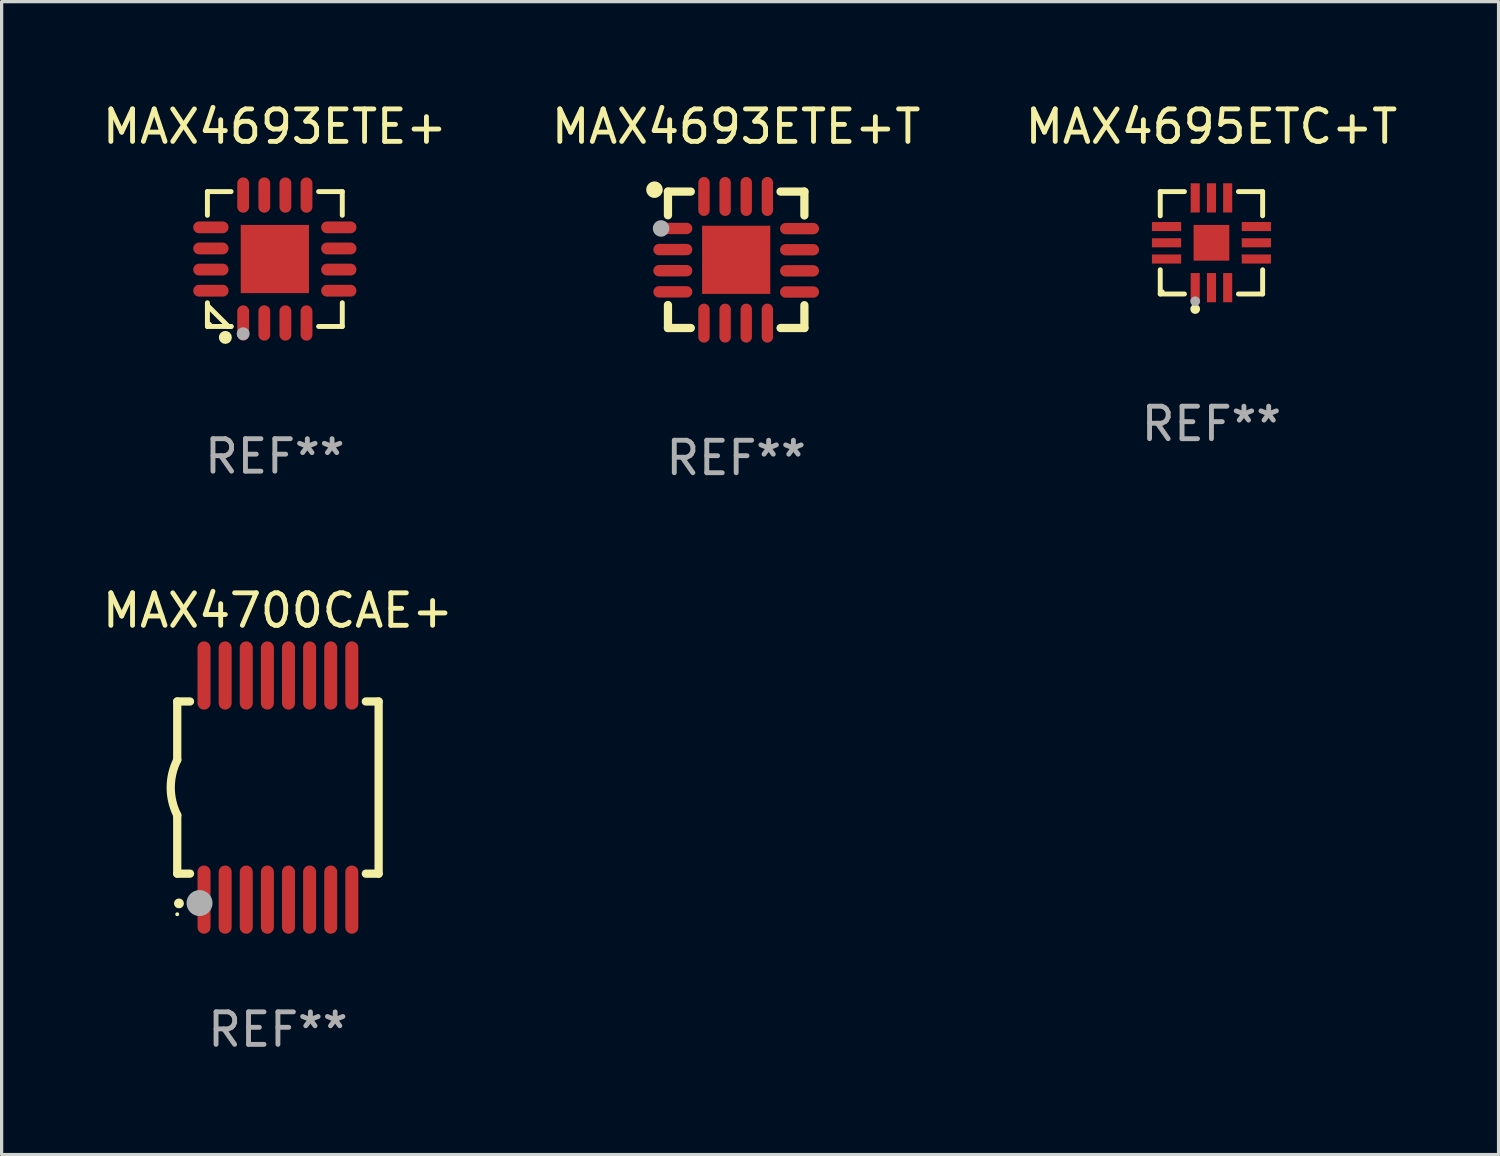
<source format=kicad_pcb>
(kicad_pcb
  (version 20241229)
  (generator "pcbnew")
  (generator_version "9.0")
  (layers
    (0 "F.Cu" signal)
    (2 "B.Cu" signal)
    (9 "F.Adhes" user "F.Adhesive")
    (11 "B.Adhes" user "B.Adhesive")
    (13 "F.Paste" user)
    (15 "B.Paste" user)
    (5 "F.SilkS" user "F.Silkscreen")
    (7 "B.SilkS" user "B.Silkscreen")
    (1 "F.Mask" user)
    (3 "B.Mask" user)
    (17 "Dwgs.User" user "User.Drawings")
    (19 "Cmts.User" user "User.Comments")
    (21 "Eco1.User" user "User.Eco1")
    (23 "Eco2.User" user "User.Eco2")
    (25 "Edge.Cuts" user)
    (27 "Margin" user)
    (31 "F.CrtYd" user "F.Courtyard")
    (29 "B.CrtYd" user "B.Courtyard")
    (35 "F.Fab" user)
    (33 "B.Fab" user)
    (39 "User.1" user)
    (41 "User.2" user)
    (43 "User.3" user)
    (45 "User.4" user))
  (footprint "MAX4693ETE+T"
    (layer "F.Cu")
    (at 19.613 4.948)
    (property "Reference" "MAX4693ETE+T" (at 0 -4.1 0) (layer "F.SilkS") (effects (font (size 1 1) (thickness 0.15))))
    (attr through_hole)
    (fp_line (start -2.1 -2.1) (end -2.1 -1.371) (stroke (width 0.254) (type solid)) (layer "F.SilkS"))
    (fp_line (start -2.1 -2.1) (end -1.397 -2.1) (stroke (width 0.254) (type solid)) (layer "F.SilkS"))
    (fp_line (start -2.1 1.392) (end -2.1 2.1) (stroke (width 0.254) (type solid)) (layer "F.SilkS"))
    (fp_line (start -2.1 2.1) (end -1.397 2.1) (stroke (width 0.254) (type solid)) (layer "F.SilkS"))
    (fp_line (start 1.366 -2.1) (end 2.1 -2.1) (stroke (width 0.254) (type solid)) (layer "F.SilkS"))
    (fp_line (start 1.366 2.1) (end 2.1 2.1) (stroke (width 0.254) (type solid)) (layer "F.SilkS"))
    (fp_line (start 2.1 -2.1) (end 2.1 -1.366) (stroke (width 0.254) (type solid)) (layer "F.SilkS"))
    (fp_line (start 2.1 1.397) (end 2.1 2.1) (stroke (width 0.254) (type solid)) (layer "F.SilkS"))
    (fp_circle (center -2.515 -2.159) (end -2.388 -2.159) (stroke (width 0.254) (type solid)) (fill no) (layer "F.SilkS"))
    (fp_circle (center -2.045 -1.97) (end -2.015 -1.97) (stroke (width 0.06) (type solid)) (fill no) (layer "F.SilkS"))
    (fp_circle (center -2.312 -0.965) (end -2.185 -0.965) (stroke (width 0.254) (type solid)) (fill no) (layer "F.Fab"))
    (fp_text user "REF**" (at 0 6.1 0) (layer "F.Fab") (effects (font (size 1 1) (thickness 0.15))))
    (pad "1" smd oval (at -1.95 -0.965 270) (size 0.35 1.2) (layers "F.Cu" "F.Mask" "F.Paste"))
    (pad "2" smd oval (at -1.95 -0.315 270) (size 0.35 1.2) (layers "F.Cu" "F.Mask" "F.Paste"))
    (pad "3" smd oval (at -1.95 0.335 270) (size 0.35 1.2) (layers "F.Cu" "F.Mask" "F.Paste"))
    (pad "4" smd oval (at -1.95 0.986 270) (size 0.35 1.2) (layers "F.Cu" "F.Mask" "F.Paste"))
    (pad "5" smd oval (at -0.991 1.95) (size 0.35 1.2) (layers "F.Cu" "F.Mask" "F.Paste"))
    (pad "6" smd oval (at -0.34 1.95) (size 0.35 1.2) (layers "F.Cu" "F.Mask" "F.Paste"))
    (pad "7" smd oval (at 0.31 1.95) (size 0.35 1.2) (layers "F.Cu" "F.Mask" "F.Paste"))
    (pad "8" smd oval (at 0.96 1.95) (size 0.35 1.2) (layers "F.Cu" "F.Mask" "F.Paste"))
    (pad "9" smd oval (at 1.95 0.991 270) (size 0.35 1.2) (layers "F.Cu" "F.Mask" "F.Paste"))
    (pad "10" smd oval (at 1.95 0.34 270) (size 0.35 1.2) (layers "F.Cu" "F.Mask" "F.Paste"))
    (pad "11" smd oval (at 1.95 -0.31 270) (size 0.35 1.2) (layers "F.Cu" "F.Mask" "F.Paste"))
    (pad "12" smd oval (at 1.95 -0.96 270) (size 0.35 1.2) (layers "F.Cu" "F.Mask" "F.Paste"))
    (pad "13" smd oval (at 0.96 -1.95) (size 0.35 1.2) (layers "F.Cu" "F.Mask" "F.Paste"))
    (pad "14" smd oval (at 0.31 -1.95) (size 0.35 1.2) (layers "F.Cu" "F.Mask" "F.Paste"))
    (pad "15" smd oval (at -0.34 -1.95) (size 0.35 1.2) (layers "F.Cu" "F.Mask" "F.Paste"))
    (pad "16" smd oval (at -0.991 -1.95) (size 0.35 1.2) (layers "F.Cu" "F.Mask" "F.Paste"))
    (pad "17" smd rect (at 0 0) (size 2.1 2.1) (layers "F.Cu" "F.Mask" "F.Paste")))
  (footprint "MAX4693ETE+"
    (layer "F.Cu")
    (at 5.411 4.924)
    (property "Reference" "MAX4693ETE+" (at 0 -4.076 0) (layer "F.SilkS") (effects (font (size 1 1) (thickness 0.15))))
    (attr through_hole)
    (fp_line (start -2.076 -2.076) (end -1.347 -2.076) (stroke (width 0.152) (type solid)) (layer "F.SilkS"))
    (fp_line (start -2.076 -1.347) (end -2.076 -2.076) (stroke (width 0.152) (type solid)) (layer "F.SilkS"))
    (fp_line (start -2.076 1.347) (end -2.076 2.076) (stroke (width 0.152) (type solid)) (layer "F.SilkS"))
    (fp_line (start -2.076 2.076) (end -1.347 2.076) (stroke (width 0.152) (type solid)) (layer "F.SilkS"))
    (fp_line (start -1.429 2.076) (end -2.076 1.429) (stroke (width 0.152) (type solid)) (layer "F.SilkS"))
    (fp_line (start -1.347 2.076) (end -1.429 2.076) (stroke (width 0.152) (type solid)) (layer "F.SilkS"))
    (fp_line (start 2.076 -2.076) (end 1.347 -2.076) (stroke (width 0.152) (type solid)) (layer "F.SilkS"))
    (fp_line (start 2.076 -1.347) (end 2.076 -2.076) (stroke (width 0.152) (type solid)) (layer "F.SilkS"))
    (fp_line (start 2.076 1.347) (end 2.076 2.076) (stroke (width 0.152) (type solid)) (layer "F.SilkS"))
    (fp_line (start 2.076 2.076) (end 1.347 2.076) (stroke (width 0.152) (type solid)) (layer "F.SilkS"))
    (fp_circle (center -2 2) (end -1.97 2) (stroke (width 0.06) (type solid)) (fill no) (layer "F.SilkS"))
    (fp_circle (center -1.524 2.413) (end -1.424 2.413) (stroke (width 0.2) (type solid)) (fill no) (layer "F.SilkS"))
    (fp_circle (center -0.975 2.3) (end -0.875 2.3) (stroke (width 0.2) (type solid)) (fill no) (layer "F.Fab"))
    (fp_text user "REF**" (at 0 6.076 0) (layer "F.Fab") (effects (font (size 1 1) (thickness 0.15))))
    (pad "1" smd oval (at -0.975 1.969) (size 0.364 1.087) (layers "F.Cu" "F.Mask" "F.Paste"))
    (pad "2" smd oval (at -0.325 1.969) (size 0.364 1.087) (layers "F.Cu" "F.Mask" "F.Paste"))
    (pad "3" smd oval (at 0.325 1.969) (size 0.364 1.087) (layers "F.Cu" "F.Mask" "F.Paste"))
    (pad "4" smd oval (at 0.975 1.969) (size 0.364 1.087) (layers "F.Cu" "F.Mask" "F.Paste"))
    (pad "5" smd oval (at 1.969 0.975) (size 1.087 0.364) (layers "F.Cu" "F.Mask" "F.Paste"))
    (pad "6" smd oval (at 1.969 0.325) (size 1.087 0.364) (layers "F.Cu" "F.Mask" "F.Paste"))
    (pad "7" smd oval (at 1.969 -0.325) (size 1.087 0.364) (layers "F.Cu" "F.Mask" "F.Paste"))
    (pad "8" smd oval (at 1.969 -0.975) (size 1.087 0.364) (layers "F.Cu" "F.Mask" "F.Paste"))
    (pad "9" smd oval (at 0.975 -1.969) (size 0.364 1.087) (layers "F.Cu" "F.Mask" "F.Paste"))
    (pad "10" smd oval (at 0.325 -1.969) (size 0.364 1.087) (layers "F.Cu" "F.Mask" "F.Paste"))
    (pad "11" smd oval (at -0.325 -1.969) (size 0.364 1.087) (layers "F.Cu" "F.Mask" "F.Paste"))
    (pad "12" smd oval (at -0.975 -1.969) (size 0.364 1.087) (layers "F.Cu" "F.Mask" "F.Paste"))
    (pad "13" smd oval (at -1.969 -0.975) (size 1.087 0.364) (layers "F.Cu" "F.Mask" "F.Paste"))
    (pad "14" smd oval (at -1.969 -0.325) (size 1.087 0.364) (layers "F.Cu" "F.Mask" "F.Paste"))
    (pad "15" smd oval (at -1.969 0.325) (size 1.087 0.364) (layers "F.Cu" "F.Mask" "F.Paste"))
    (pad "16" smd oval (at -1.969 0.975) (size 1.087 0.364) (layers "F.Cu" "F.Mask" "F.Paste"))
    (pad "17" smd rect (at 0 0) (size 2.1 2.1) (layers "F.Cu" "F.Mask" "F.Paste")))
  (footprint "MAX4695ETC+T"
    (layer "F.Cu")
    (at 34.244 4.424)
    (property "Reference" "MAX4695ETC+T" (at 0 -3.576 0) (layer "F.SilkS") (effects (font (size 1 1) (thickness 0.15))))
    (attr through_hole)
    (fp_line (start -1.576 -1.576) (end -0.831 -1.576) (stroke (width 0.152) (type solid)) (layer "F.SilkS"))
    (fp_line (start -1.576 -0.831) (end -1.576 -1.576) (stroke (width 0.152) (type solid)) (layer "F.SilkS"))
    (fp_line (start -1.576 0.831) (end -1.576 1.576) (stroke (width 0.152) (type solid)) (layer "F.SilkS"))
    (fp_line (start -1.576 1.576) (end -0.831 1.576) (stroke (width 0.152) (type solid)) (layer "F.SilkS"))
    (fp_line (start 1.576 -1.576) (end 0.831 -1.576) (stroke (width 0.152) (type solid)) (layer "F.SilkS"))
    (fp_line (start 1.576 -0.831) (end 1.576 -1.576) (stroke (width 0.152) (type solid)) (layer "F.SilkS"))
    (fp_line (start 1.576 0.831) (end 1.576 1.576) (stroke (width 0.152) (type solid)) (layer "F.SilkS"))
    (fp_line (start 1.576 1.576) (end 0.831 1.576) (stroke (width 0.152) (type solid)) (layer "F.SilkS"))
    (fp_circle (center -1.5 1.5) (end -1.47 1.5) (stroke (width 0.06) (type solid)) (fill no) (layer "F.SilkS"))
    (fp_circle (center -0.5 2.04) (end -0.425 2.04) (stroke (width 0.15) (type solid)) (fill no) (layer "F.SilkS"))
    (fp_circle (center -0.5 1.8) (end -0.425 1.8) (stroke (width 0.15) (type solid)) (fill no) (layer "F.Fab"))
    (fp_text user "REF**" (at 0 5.576 0) (layer "F.Fab") (effects (font (size 1 1) (thickness 0.15))))
    (pad "1" smd rect (at -0.5 1.382) (size 0.28 0.9) (layers "F.Cu" "F.Mask" "F.Paste"))
    (pad "2" smd rect (at 0 1.382) (size 0.28 0.9) (layers "F.Cu" "F.Mask" "F.Paste"))
    (pad "3" smd rect (at 0.5 1.382) (size 0.28 0.9) (layers "F.Cu" "F.Mask" "F.Paste"))
    (pad "4" smd rect (at 1.382 0.5) (size 0.9 0.28) (layers "F.Cu" "F.Mask" "F.Paste"))
    (pad "5" smd rect (at 1.382 0) (size 0.9 0.28) (layers "F.Cu" "F.Mask" "F.Paste"))
    (pad "6" smd rect (at 1.382 -0.5) (size 0.9 0.28) (layers "F.Cu" "F.Mask" "F.Paste"))
    (pad "7" smd rect (at 0.5 -1.382) (size 0.28 0.9) (layers "F.Cu" "F.Mask" "F.Paste"))
    (pad "8" smd rect (at 0 -1.382) (size 0.28 0.9) (layers "F.Cu" "F.Mask" "F.Paste"))
    (pad "9" smd rect (at -0.5 -1.382) (size 0.28 0.9) (layers "F.Cu" "F.Mask" "F.Paste"))
    (pad "10" smd rect (at -1.382 -0.5) (size 0.9 0.28) (layers "F.Cu" "F.Mask" "F.Paste"))
    (pad "11" smd rect (at -1.382 0) (size 0.9 0.28) (layers "F.Cu" "F.Mask" "F.Paste"))
    (pad "12" smd rect (at -1.382 0.5) (size 0.9 0.28) (layers "F.Cu" "F.Mask" "F.Paste"))
    (pad "13" smd rect (at 0 0) (size 1.1 1.1) (layers "F.Cu" "F.Mask" "F.Paste")))
  (footprint "MAX4700CAE+"
    (layer "F.Cu")
    (at 5.506 21.195)
    (property "Reference" "MAX4700CAE+" (at 0 -5.45 0) (layer "F.SilkS") (effects (font (size 1 1) (thickness 0.15))))
    (attr through_hole)
    (fp_line (start -3.1 -2.65) (end -3.1 -0.85) (stroke (width 0.254) (type solid)) (layer "F.SilkS"))
    (fp_line (start -3.1 -2.65) (end -2.706 -2.65) (stroke (width 0.254) (type solid)) (layer "F.SilkS"))
    (fp_line (start -3.1 2.65) (end -3.1 0.85) (stroke (width 0.254) (type solid)) (layer "F.SilkS"))
    (fp_line (start -3.1 2.65) (end -2.706 2.65) (stroke (width 0.254) (type solid)) (layer "F.SilkS"))
    (fp_line (start 2.706 -2.65) (end 3.1 -2.65) (stroke (width 0.254) (type solid)) (layer "F.SilkS"))
    (fp_line (start 2.706 2.65) (end 3.1 2.65) (stroke (width 0.254) (type solid)) (layer "F.SilkS"))
    (fp_line (start 3.1 -2.65) (end 3.1 2.65) (stroke (width 0.254) (type solid)) (layer "F.SilkS"))
    (fp_arc (start -3.098907 0.850902) (mid -3.300057 0.000523) (end -3.1 -0.850114) (stroke (width 0.254001) (type solid)) (layer "F.SilkS"))
    (fp_arc (start -3.048006 3.566066) (mid -3.046736 3.566061) (end -3.045466 3.566066) (stroke (width 0.3) (type solid)) (layer "F.SilkS"))
    (fp_circle (center -3.1 3.9) (end -3.07 3.9) (stroke (width 0.06) (type solid)) (fill no) (layer "F.SilkS"))
    (fp_circle (center -2.413 3.556) (end -2.213 3.556) (stroke (width 0.4) (type solid)) (fill no) (layer "F.Fab"))
    (fp_text user "REF**" (at 0 7.45 0) (layer "F.Fab") (effects (font (size 1 1) (thickness 0.15))))
    (pad "1" smd oval (at -2.275 3.45 180) (size 0.4 2.1) (layers "F.Cu" "F.Mask" "F.Paste"))
    (pad "2" smd oval (at -1.625 3.45 180) (size 0.4 2.1) (layers "F.Cu" "F.Mask" "F.Paste"))
    (pad "3" smd oval (at -0.975 3.45 180) (size 0.4 2.1) (layers "F.Cu" "F.Mask" "F.Paste"))
    (pad "4" smd oval (at -0.325 3.45 180) (size 0.4 2.1) (layers "F.Cu" "F.Mask" "F.Paste"))
    (pad "5" smd oval (at 0.325 3.45 180) (size 0.4 2.1) (layers "F.Cu" "F.Mask" "F.Paste"))
    (pad "6" smd oval (at 0.975 3.45 180) (size 0.4 2.1) (layers "F.Cu" "F.Mask" "F.Paste"))
    (pad "7" smd oval (at 1.625 3.45 180) (size 0.4 2.1) (layers "F.Cu" "F.Mask" "F.Paste"))
    (pad "8" smd oval (at 2.275 3.45 180) (size 0.4 2.1) (layers "F.Cu" "F.Mask" "F.Paste"))
    (pad "9" smd oval (at 2.275 -3.45 180) (size 0.4 2.1) (layers "F.Cu" "F.Mask" "F.Paste"))
    (pad "10" smd oval (at 1.625 -3.45 180) (size 0.4 2.1) (layers "F.Cu" "F.Mask" "F.Paste"))
    (pad "11" smd oval (at 0.975 -3.45 180) (size 0.4 2.1) (layers "F.Cu" "F.Mask" "F.Paste"))
    (pad "12" smd oval (at 0.325 -3.45 180) (size 0.4 2.1) (layers "F.Cu" "F.Mask" "F.Paste"))
    (pad "13" smd oval (at -0.325 -3.45 180) (size 0.4 2.1) (layers "F.Cu" "F.Mask" "F.Paste"))
    (pad "14" smd oval (at -0.975 -3.45 180) (size 0.4 2.1) (layers "F.Cu" "F.Mask" "F.Paste"))
    (pad "15" smd oval (at -1.625 -3.45 180) (size 0.4 2.1) (layers "F.Cu" "F.Mask" "F.Paste"))
    (pad "16" smd oval (at -2.275 -3.45 180) (size 0.4 2.1) (layers "F.Cu" "F.Mask" "F.Paste")))
  (gr_rect
    (start -3 -3)
    (end 43.083 32.493)
    (stroke (width 0.1) (type default))
    (fill no)
    (layer "Edge.Cuts")))
</source>
